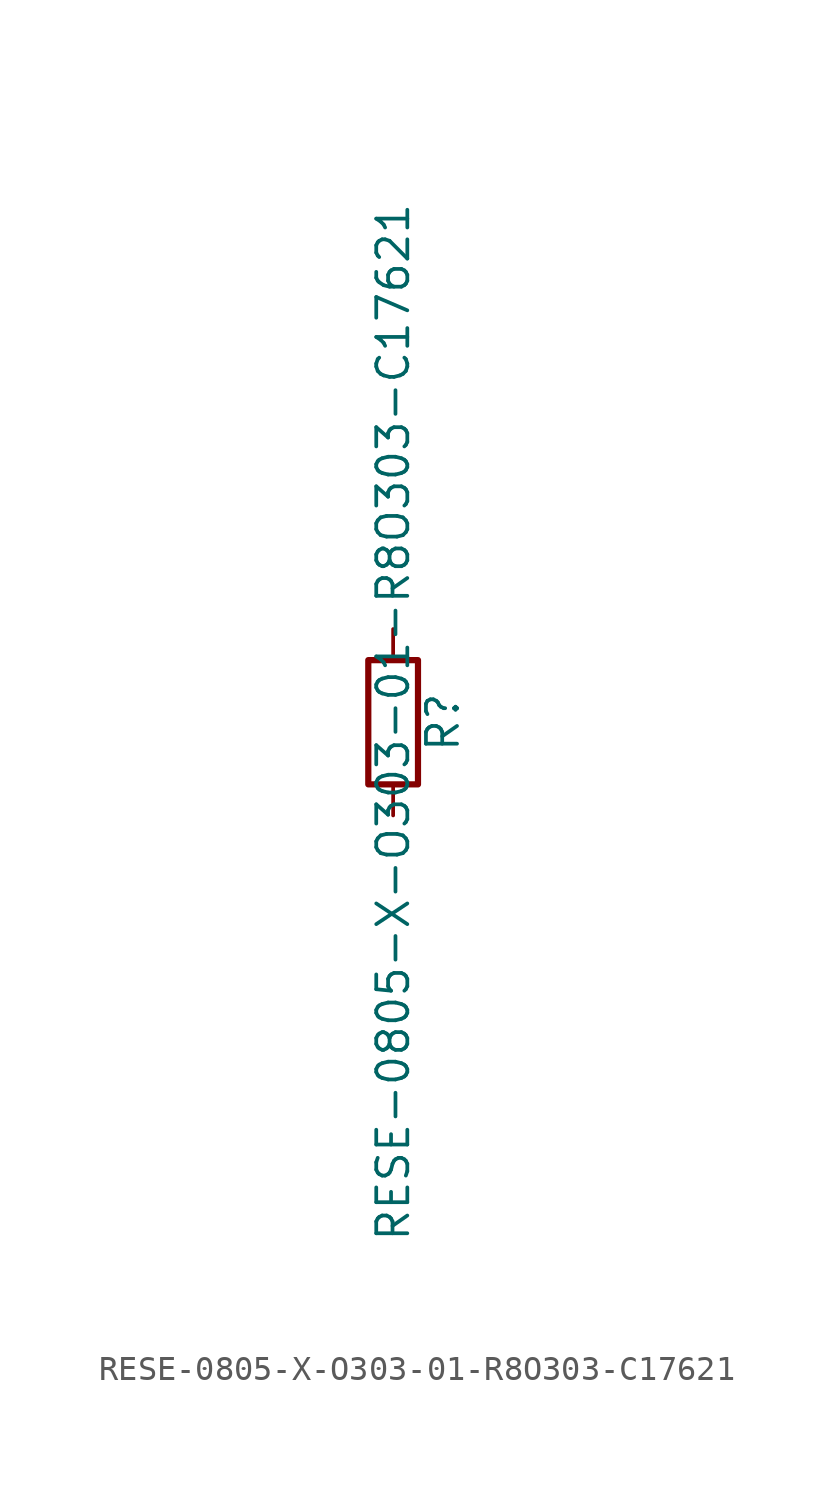
<source format=kicad_sym>
(kicad_symbol_lib
  (version 20211014)
  (generator kicad_symbol_editor)
  (symbol "RESE-0805-X-O303-01-R8O303-C17621"
    (pin_numbers hide)
    (pin_names
      (offset 0))
    (property "Reference" "R"
      (at 2.032 0 90)
      (effects (font (size 1.27 1.27))))
    (property "Value" "RESE-0805-X-O303-01-R8O303-C17621"
      (at 0 0 90)
      (effects (font (size 1.27 1.27))))
    (symbol "RESE-0805-X-O303-01-R8O303-C17621_0_1"
      (rectangle (start -1.016 -2.54) (end 1.016 2.54) (stroke (width 0.254) (type default) (color 0 0 0 0)) (fill (type none))))
    (symbol "RESE-0805-X-O303-01-R8O303-C17621_1_1"
      (pin passive line (at 0 3.81 270) (length 1.27) (name "~" (effects (font (size 1.27 1.27)))) (number "1" (effects (font (size 1.27 1.27)))))
      (pin passive line (at 0 -3.81 90) (length 1.27) (name "~" (effects (font (size 1.27 1.27)))) (number "2" (effects (font (size 1.27 1.27))))))))
</source>
